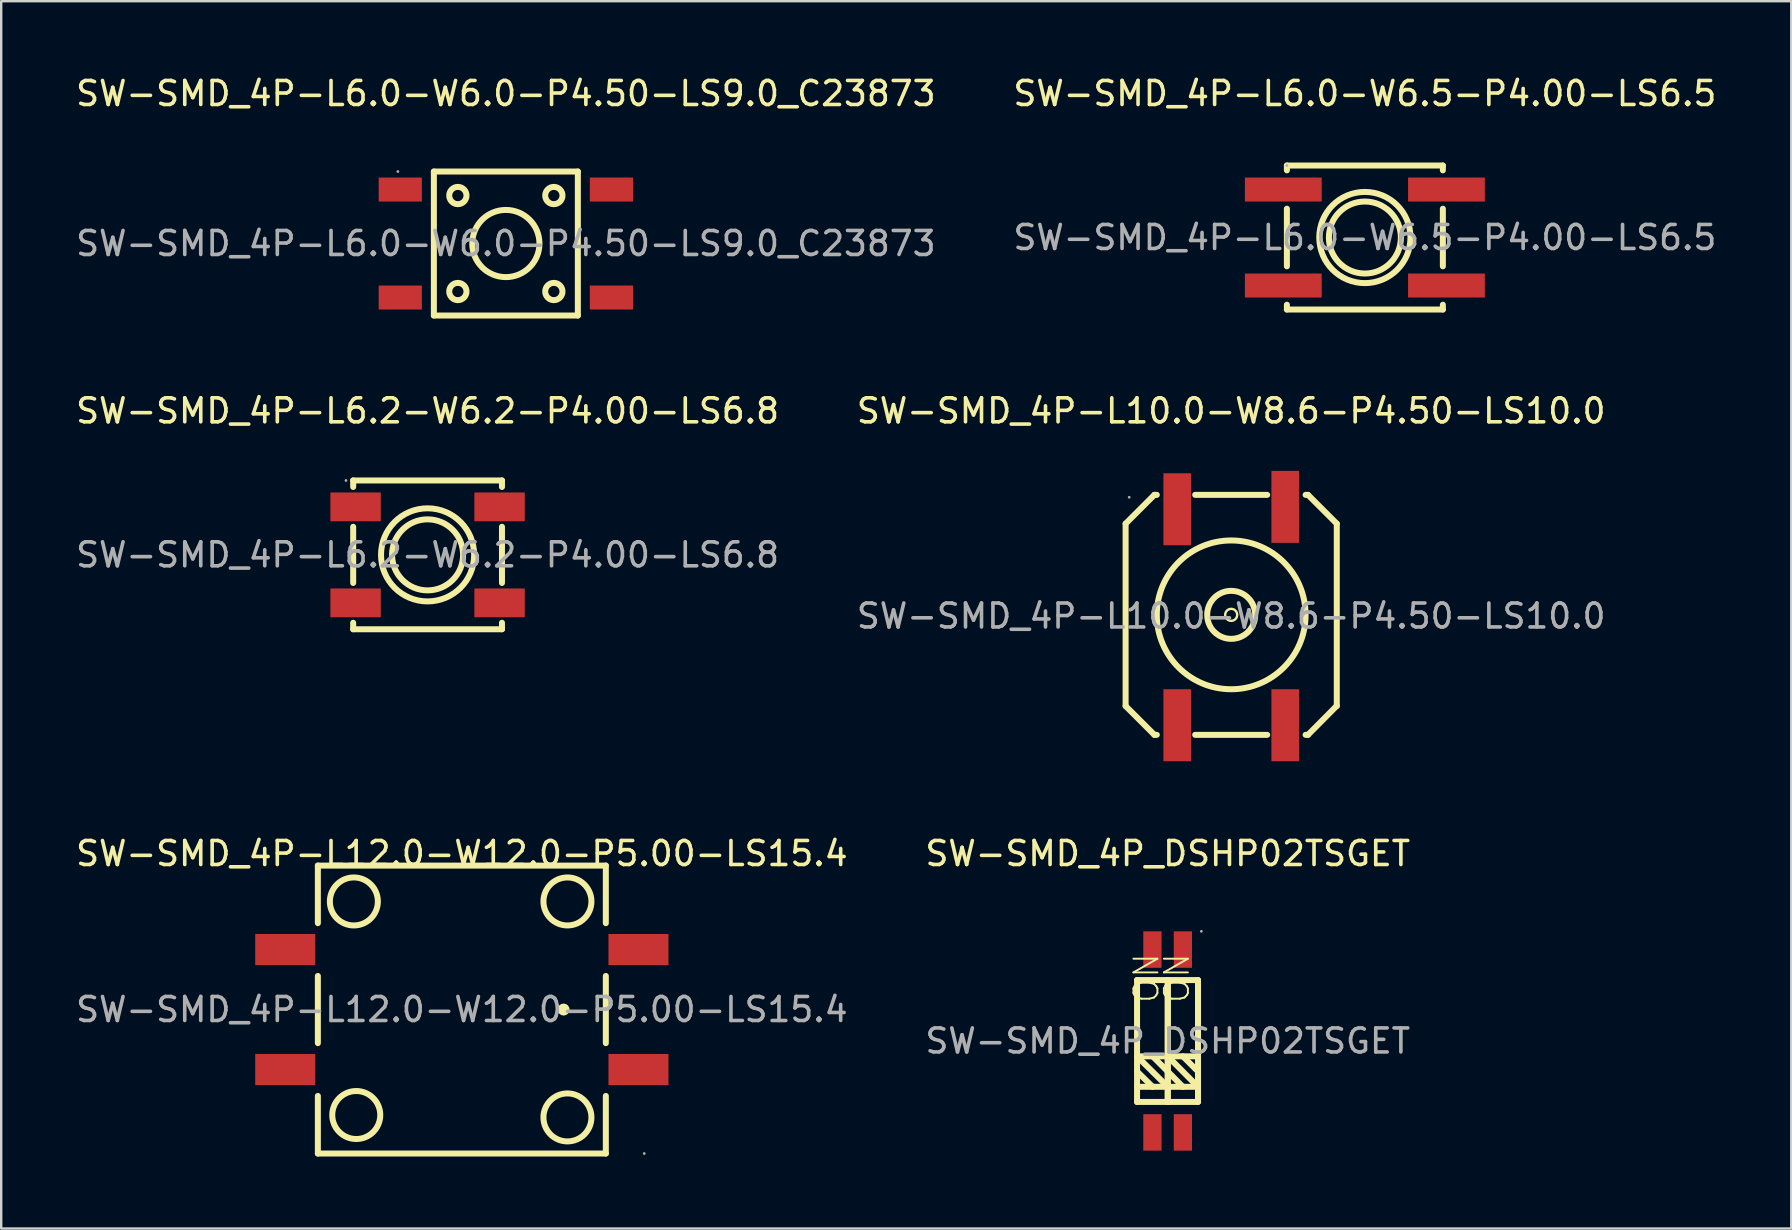
<source format=kicad_pcb>
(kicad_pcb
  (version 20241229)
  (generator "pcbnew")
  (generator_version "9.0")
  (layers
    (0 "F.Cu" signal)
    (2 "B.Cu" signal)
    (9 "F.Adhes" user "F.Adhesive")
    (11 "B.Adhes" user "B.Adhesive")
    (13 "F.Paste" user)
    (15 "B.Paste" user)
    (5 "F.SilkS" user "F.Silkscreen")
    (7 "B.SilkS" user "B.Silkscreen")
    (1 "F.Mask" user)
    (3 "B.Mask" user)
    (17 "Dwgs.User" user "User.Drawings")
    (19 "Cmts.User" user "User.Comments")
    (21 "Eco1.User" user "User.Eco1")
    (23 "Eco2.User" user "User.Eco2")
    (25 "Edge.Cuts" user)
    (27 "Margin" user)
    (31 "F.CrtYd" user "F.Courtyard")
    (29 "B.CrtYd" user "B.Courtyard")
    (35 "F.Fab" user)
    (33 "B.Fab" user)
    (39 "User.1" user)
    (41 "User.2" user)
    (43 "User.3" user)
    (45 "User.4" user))
  (footprint "SW-SMD_4P-L6.0-W6.0-P4.50-LS9.0_C23873"
    (layer "F.Cu")
    (at 18.03 7.098)
    (property "Reference" "SW-SMD_4P-L6.0-W6.0-P4.50-LS9.0_C23873" (at 0 -6.25 0) (layer "F.SilkS") (effects (font (size 1 1) (thickness 0.15))))
    (attr through_hole)
    (fp_line (start -3 -3) (end 3 -3) (stroke (width 0.25) (type solid)) (layer "F.SilkS"))
    (fp_line (start -3 3) (end -3 -3) (stroke (width 0.25) (type solid)) (layer "F.SilkS"))
    (fp_line (start 3 -3) (end 3 3) (stroke (width 0.25) (type solid)) (layer "F.SilkS"))
    (fp_line (start 3 3) (end -3 3) (stroke (width 0.25) (type solid)) (layer "F.SilkS"))
    (fp_circle (center -2 -2) (end -1.64 -2) (stroke (width 0.25) (type solid)) (fill no) (layer "F.SilkS"))
    (fp_circle (center -2 2) (end -1.64 2) (stroke (width 0.25) (type solid)) (fill no) (layer "F.SilkS"))
    (fp_circle (center 0 0) (end 1.4 0) (stroke (width 0.25) (type solid)) (fill no) (layer "F.SilkS"))
    (fp_circle (center 2 -2) (end 2.36 -2) (stroke (width 0.25) (type solid)) (fill no) (layer "F.SilkS"))
    (fp_circle (center 2 2) (end 2.36 2) (stroke (width 0.25) (type solid)) (fill no) (layer "F.SilkS"))
    (fp_circle (center -4.5 -3) (end -4.47 -3) (stroke (width 0.06) (type solid)) (fill no) (layer "F.Fab"))
    (fp_text user "${REFERENCE}" (at 0 0 0) (layer "F.Fab") (effects (font (size 1 1) (thickness 0.15))))
    (pad "1" smd rect (at -4.4 -2.25) (size 1.8 1) (layers "F.Cu" "F.Mask" "F.Paste"))
    (pad "2" smd rect (at 4.4 -2.25) (size 1.8 1) (layers "F.Cu" "F.Mask" "F.Paste"))
    (pad "3" smd rect (at 4.4 2.25) (size 1.8 1) (layers "F.Cu" "F.Mask" "F.Paste"))
    (pad "4" smd rect (at -4.4 2.25) (size 1.8 1) (layers "F.Cu" "F.Mask" "F.Paste")))
  (footprint "SW-SMD_4P-L10.0-W8.6-P4.50-LS10.0"
    (layer "F.Cu")
    (at 48.256 22.622)
    (property "Reference" "SW-SMD_4P-L10.0-W8.6-P4.50-LS10.0" (at 0 -8.55 0) (layer "F.SilkS") (effects (font (size 1 1) (thickness 0.15))))
    (attr through_hole)
    (fp_line (start -4.4 -3.85) (end -3.2 -5.05) (stroke (width 0.25) (type solid)) (layer "F.SilkS"))
    (fp_line (start -4.4 3.75) (end -4.4 -3.85) (stroke (width 0.25) (type solid)) (layer "F.SilkS"))
    (fp_line (start -3.2 4.95) (end -4.4 3.75) (stroke (width 0.25) (type solid)) (layer "F.SilkS"))
    (fp_line (start -3.2 4.95) (end -3.1 4.95) (stroke (width 0.25) (type solid)) (layer "F.SilkS"))
    (fp_line (start -3.1 -5.05) (end -3.2 -5.05) (stroke (width 0.25) (type solid)) (layer "F.SilkS"))
    (fp_line (start -1.5 4.95) (end 1.5 4.95) (stroke (width 0.25) (type solid)) (layer "F.SilkS"))
    (fp_line (start 1.5 -5.05) (end -1.5 -5.05) (stroke (width 0.25) (type solid)) (layer "F.SilkS"))
    (fp_line (start 3.1 4.95) (end 3.2 4.95) (stroke (width 0.25) (type solid)) (layer "F.SilkS"))
    (fp_line (start 3.2 -5.05) (end 3.1 -5.05) (stroke (width 0.25) (type solid)) (layer "F.SilkS"))
    (fp_line (start 3.2 4.95) (end 4.4 3.74) (stroke (width 0.25) (type solid)) (layer "F.SilkS"))
    (fp_line (start 4.4 -3.85) (end 3.2 -5.05) (stroke (width 0.25) (type solid)) (layer "F.SilkS"))
    (fp_line (start 4.4 3.75) (end 4.4 -3.85) (stroke (width 0.25) (type solid)) (layer "F.SilkS"))
    (fp_circle (center 0 -0.05) (end 0.25 -0.05) (stroke (width 0.1) (type solid)) (fill no) (layer "F.SilkS"))
    (fp_circle (center 0 -0.05) (end 1 -0.05) (stroke (width 0.25) (type solid)) (fill no) (layer "F.SilkS"))
    (fp_circle (center 0 -0.05) (end 3.1 -0.05) (stroke (width 0.25) (type solid)) (fill no) (layer "F.SilkS"))
    (fp_circle (center -4.25 -4.95) (end -4.22 -4.95) (stroke (width 0.06) (type solid)) (fill no) (layer "F.Fab"))
    (fp_text user "${REFERENCE}" (at 0 0 0) (layer "F.Fab") (effects (font (size 1 1) (thickness 0.15))))
    (pad "1" smd rect (at -2.25 -4.45) (size 1.15 3) (layers "F.Cu" "F.Mask" "F.Paste"))
    (pad "2" smd rect (at -2.25 4.55) (size 1.15 3) (layers "F.Cu" "F.Mask" "F.Paste"))
    (pad "3" smd rect (at 2.25 -4.55) (size 1.15 3) (layers "F.Cu" "F.Mask" "F.Paste"))
    (pad "4" smd rect (at 2.25 4.55) (size 1.15 3) (layers "F.Cu" "F.Mask" "F.Paste")))
  (footprint "SW-SMD_4P_DSHP02TSGET"
    (layer "F.Cu")
    (at 45.613 40.33)
    (property "Reference" "SW-SMD_4P_DSHP02TSGET" (at 0 -7.81 0) (layer "F.SilkS") (effects (font (size 1 1) (thickness 0.15))))
    (attr through_hole)
    (fp_line (start -1.28 -2.54) (end 0 -2.54) (stroke (width 0.25) (type solid)) (layer "F.SilkS"))
    (fp_line (start -1.28 0.64) (end 0 1.91) (stroke (width 0.25) (type solid)) (layer "F.SilkS"))
    (fp_line (start -1.28 1.27) (end -0.63 1.91) (stroke (width 0.25) (type solid)) (layer "F.SilkS"))
    (fp_line (start -1.28 2.54) (end -1.28 -2.54) (stroke (width 0.25) (type solid)) (layer "F.SilkS"))
    (fp_line (start -0.63 0.64) (end 0 1.27) (stroke (width 0.25) (type solid)) (layer "F.SilkS"))
    (fp_line (start 0 -2.54) (end 0 2.54) (stroke (width 0.25) (type solid)) (layer "F.SilkS"))
    (fp_line (start 0 -2.54) (end 0 2.54) (stroke (width 0.25) (type solid)) (layer "F.SilkS"))
    (fp_line (start 0 0.64) (end -1.28 0.64) (stroke (width 0.25) (type solid)) (layer "F.SilkS"))
    (fp_line (start 0 1.27) (end 0.63 1.91) (stroke (width 0.25) (type solid)) (layer "F.SilkS"))
    (fp_line (start 0 1.91) (end -1.28 1.91) (stroke (width 0.25) (type solid)) (layer "F.SilkS"))
    (fp_line (start 0 1.91) (end 1.26 1.91) (stroke (width 0.25) (type solid)) (layer "F.SilkS"))
    (fp_line (start 0 2.54) (end -1.28 2.54) (stroke (width 0.25) (type solid)) (layer "F.SilkS"))
    (fp_line (start 0 2.54) (end 1.26 2.54) (stroke (width 0.25) (type solid)) (layer "F.SilkS"))
    (fp_line (start 0.63 0.64) (end 1.26 1.27) (stroke (width 0.25) (type solid)) (layer "F.SilkS"))
    (fp_line (start 1.26 -2.54) (end 0 -2.54) (stroke (width 0.25) (type solid)) (layer "F.SilkS"))
    (fp_line (start 1.26 0.64) (end 0 0.64) (stroke (width 0.25) (type solid)) (layer "F.SilkS"))
    (fp_line (start 1.26 1.91) (end 0 0.64) (stroke (width 0.25) (type solid)) (layer "F.SilkS"))
    (fp_line (start 1.26 2.54) (end 1.26 -2.54) (stroke (width 0.25) (type solid)) (layer "F.SilkS"))
    (fp_circle (center 1.4 -4.57) (end 1.43 -4.57) (stroke (width 0.06) (type solid)) (fill no) (layer "F.Fab"))
    (fp_text user "ON" (at -0.89 -1.52 270) (layer "F.SilkS") (effects (font (size 1 1) (thickness 0.08)) (justify left)))
    (fp_text user "ON" (at 0.38 -1.52 270) (layer "F.SilkS") (effects (font (size 1 1) (thickness 0.08)) (justify left)))
    (fp_text user "${REFERENCE}" (at 0 0 0) (layer "F.Fab") (effects (font (size 1 1) (thickness 0.15))))
    (pad "1" smd rect (at 0.63 -3.81 270) (size 1.52 0.76) (layers "F.Cu" "F.Mask" "F.Paste"))
    (pad "2" smd rect (at -0.64 -3.81 270) (size 1.52 0.76) (layers "F.Cu" "F.Mask" "F.Paste"))
    (pad "3" smd rect (at -0.64 3.81 270) (size 1.52 0.76) (layers "F.Cu" "F.Mask" "F.Paste"))
    (pad "4" smd rect (at 0.63 3.81 270) (size 1.52 0.76) (layers "F.Cu" "F.Mask" "F.Paste")))
  (footprint "SW-SMD_4P-L12.0-W12.0-P5.00-LS15.4"
    (layer "F.Cu")
    (at 16.196 39.02)
    (property "Reference" "SW-SMD_4P-L12.0-W12.0-P5.00-LS15.4" (at 0 -6.5 0) (layer "F.SilkS") (effects (font (size 1 1) (thickness 0.15))))
    (attr through_hole)
    (fp_line (start -6 -6) (end 6 -6) (stroke (width 0.25) (type solid)) (layer "F.SilkS"))
    (fp_line (start -6 -3.6) (end -6 -6) (stroke (width 0.25) (type solid)) (layer "F.SilkS"))
    (fp_line (start -6 -1.4) (end -6 1.4) (stroke (width 0.25) (type solid)) (layer "F.SilkS"))
    (fp_line (start -6 3.6) (end -6 6) (stroke (width 0.25) (type solid)) (layer "F.SilkS"))
    (fp_line (start -6 6) (end 6 6) (stroke (width 0.25) (type solid)) (layer "F.SilkS"))
    (fp_line (start 6 -6) (end 6 -3.6) (stroke (width 0.25) (type solid)) (layer "F.SilkS"))
    (fp_line (start 6 -1.4) (end 6 1.4) (stroke (width 0.25) (type solid)) (layer "F.SilkS"))
    (fp_line (start 6 6) (end 6 3.6) (stroke (width 0.25) (type solid)) (layer "F.SilkS"))
    (fp_arc (start -3.500049 -4.500052) (mid -5.499988 -4.514974) (end -3.5 -4.51) (stroke (width 0.25) (type solid)) (layer "F.SilkS"))
    (fp_arc (start -3.400049 4.399948) (mid -5.399988 4.385026) (end -3.4 4.39) (stroke (width 0.25) (type solid)) (layer "F.SilkS"))
    (fp_arc (start 4.24 0) (mid 4.24 0) (end 4.24 0) (stroke (width 0.25) (type solid)) (layer "F.SilkS"))
    (fp_arc (start 5.399951 -4.500052) (mid 3.400012 -4.514974) (end 5.4 -4.51) (stroke (width 0.25) (type solid)) (layer "F.SilkS"))
    (fp_arc (start 5.399951 4.499948) (mid 3.400012 4.485026) (end 5.4 4.49) (stroke (width 0.25) (type solid)) (layer "F.SilkS"))
    (fp_circle (center 7.6 6) (end 7.63 6) (stroke (width 0.06) (type solid)) (fill no) (layer "F.Fab"))
    (fp_text user "${REFERENCE}" (at 0 0 0) (layer "F.Fab") (effects (font (size 1 1) (thickness 0.15))))
    (pad "1" smd rect (at 7.36 2.5) (size 2.5 1.3) (layers "F.Cu" "F.Mask" "F.Paste"))
    (pad "2" smd rect (at -7.36 2.5) (size 2.5 1.3) (layers "F.Cu" "F.Mask" "F.Paste"))
    (pad "3" smd rect (at 7.36 -2.5) (size 2.5 1.3) (layers "F.Cu" "F.Mask" "F.Paste"))
    (pad "4" smd rect (at -7.36 -2.5) (size 2.5 1.3) (layers "F.Cu" "F.Mask" "F.Paste")))
  (footprint "SW-SMD_4P-L6.0-W6.5-P4.00-LS6.5"
    (layer "F.Cu")
    (at 53.827 6.848)
    (property "Reference" "SW-SMD_4P-L6.0-W6.5-P4.00-LS6.5" (at 0 -6 0) (layer "F.SilkS") (effects (font (size 1 1) (thickness 0.15))))
    (attr through_hole)
    (fp_line (start -3.25 -3) (end -3.25 -2.8) (stroke (width 0.25) (type solid)) (layer "F.SilkS"))
    (fp_line (start -3.25 -3) (end 3.25 -3) (stroke (width 0.25) (type solid)) (layer "F.SilkS"))
    (fp_line (start -3.25 1.2) (end -3.25 -1.2) (stroke (width 0.25) (type solid)) (layer "F.SilkS"))
    (fp_line (start -3.25 2.8) (end -3.25 3) (stroke (width 0.25) (type solid)) (layer "F.SilkS"))
    (fp_line (start -3.25 3) (end 3.25 3) (stroke (width 0.25) (type solid)) (layer "F.SilkS"))
    (fp_line (start 3.25 -3) (end 3.25 -2.8) (stroke (width 0.25) (type solid)) (layer "F.SilkS"))
    (fp_line (start 3.25 -1.2) (end 3.25 1.2) (stroke (width 0.25) (type solid)) (layer "F.SilkS"))
    (fp_line (start 3.25 2.8) (end 3.25 3) (stroke (width 0.25) (type solid)) (layer "F.SilkS"))
    (fp_circle (center 0 0) (end 1.5 0) (stroke (width 0.25) (type solid)) (fill no) (layer "F.SilkS"))
    (fp_circle (center 0 0) (end 1.9 0) (stroke (width 0.25) (type solid)) (fill no) (layer "F.SilkS"))
    (fp_circle (center -3.25 -3) (end -3.22 -3) (stroke (width 0.06) (type solid)) (fill no) (layer "F.Fab"))
    (fp_text user "${REFERENCE}" (at 0 0 0) (layer "F.Fab") (effects (font (size 1 1) (thickness 0.15))))
    (pad "1" smd rect (at -3.4 -2) (size 3.2 1) (layers "F.Cu" "F.Mask" "F.Paste"))
    (pad "2" smd rect (at 3.4 -2) (size 3.2 1) (layers "F.Cu" "F.Mask" "F.Paste"))
    (pad "3" smd rect (at -3.4 2) (size 3.2 1) (layers "F.Cu" "F.Mask" "F.Paste"))
    (pad "4" smd rect (at 3.4 2) (size 3.2 1) (layers "F.Cu" "F.Mask" "F.Paste")))
  (footprint "SW-SMD_4P-L6.2-W6.2-P4.00-LS6.8"
    (layer "F.Cu")
    (at 14.768 20.072)
    (property "Reference" "SW-SMD_4P-L6.2-W6.2-P4.00-LS6.8" (at 0 -6 0) (layer "F.SilkS") (effects (font (size 1 1) (thickness 0.15))))
    (attr through_hole)
    (fp_line (start -3.1 -3.1) (end -3.1 -2.83) (stroke (width 0.25) (type solid)) (layer "F.SilkS"))
    (fp_line (start -3.1 -3.1) (end 3.1 -3.1) (stroke (width 0.25) (type solid)) (layer "F.SilkS"))
    (fp_line (start -3.1 -1.17) (end -3.1 1.17) (stroke (width 0.25) (type solid)) (layer "F.SilkS"))
    (fp_line (start -3.1 2.83) (end -3.1 3.1) (stroke (width 0.25) (type solid)) (layer "F.SilkS"))
    (fp_line (start -3.1 3.1) (end 3.1 3.1) (stroke (width 0.25) (type solid)) (layer "F.SilkS"))
    (fp_line (start 3.1 -3.1) (end 3.1 -2.83) (stroke (width 0.25) (type solid)) (layer "F.SilkS"))
    (fp_line (start 3.1 -1.17) (end 3.1 1.17) (stroke (width 0.25) (type solid)) (layer "F.SilkS"))
    (fp_line (start 3.1 2.83) (end 3.1 3.1) (stroke (width 0.25) (type solid)) (layer "F.SilkS"))
    (fp_circle (center 0 0) (end 1.48 0) (stroke (width 0.25) (type solid)) (fill no) (layer "F.SilkS"))
    (fp_circle (center 0 0) (end 1.94 0) (stroke (width 0.25) (type solid)) (fill no) (layer "F.SilkS"))
    (fp_circle (center -3.4 -3.1) (end -3.37 -3.1) (stroke (width 0.06) (type solid)) (fill no) (layer "F.Fab"))
    (fp_text user "${REFERENCE}" (at 0 0 0) (layer "F.Fab") (effects (font (size 1 1) (thickness 0.15))))
    (pad "1" smd rect (at -3 -2) (size 2.1 1.2) (layers "F.Cu" "F.Mask" "F.Paste"))
    (pad "2" smd rect (at 3 -2) (size 2.1 1.2) (layers "F.Cu" "F.Mask" "F.Paste"))
    (pad "3" smd rect (at -3 2) (size 2.1 1.2) (layers "F.Cu" "F.Mask" "F.Paste"))
    (pad "4" smd rect (at 3 2) (size 2.1 1.2) (layers "F.Cu" "F.Mask" "F.Paste")))
  (gr_rect
    (start -3 -3)
    (end 71.595 48.145)
    (stroke (width 0.1) (type default))
    (fill no)
    (layer "Edge.Cuts")))
</source>
